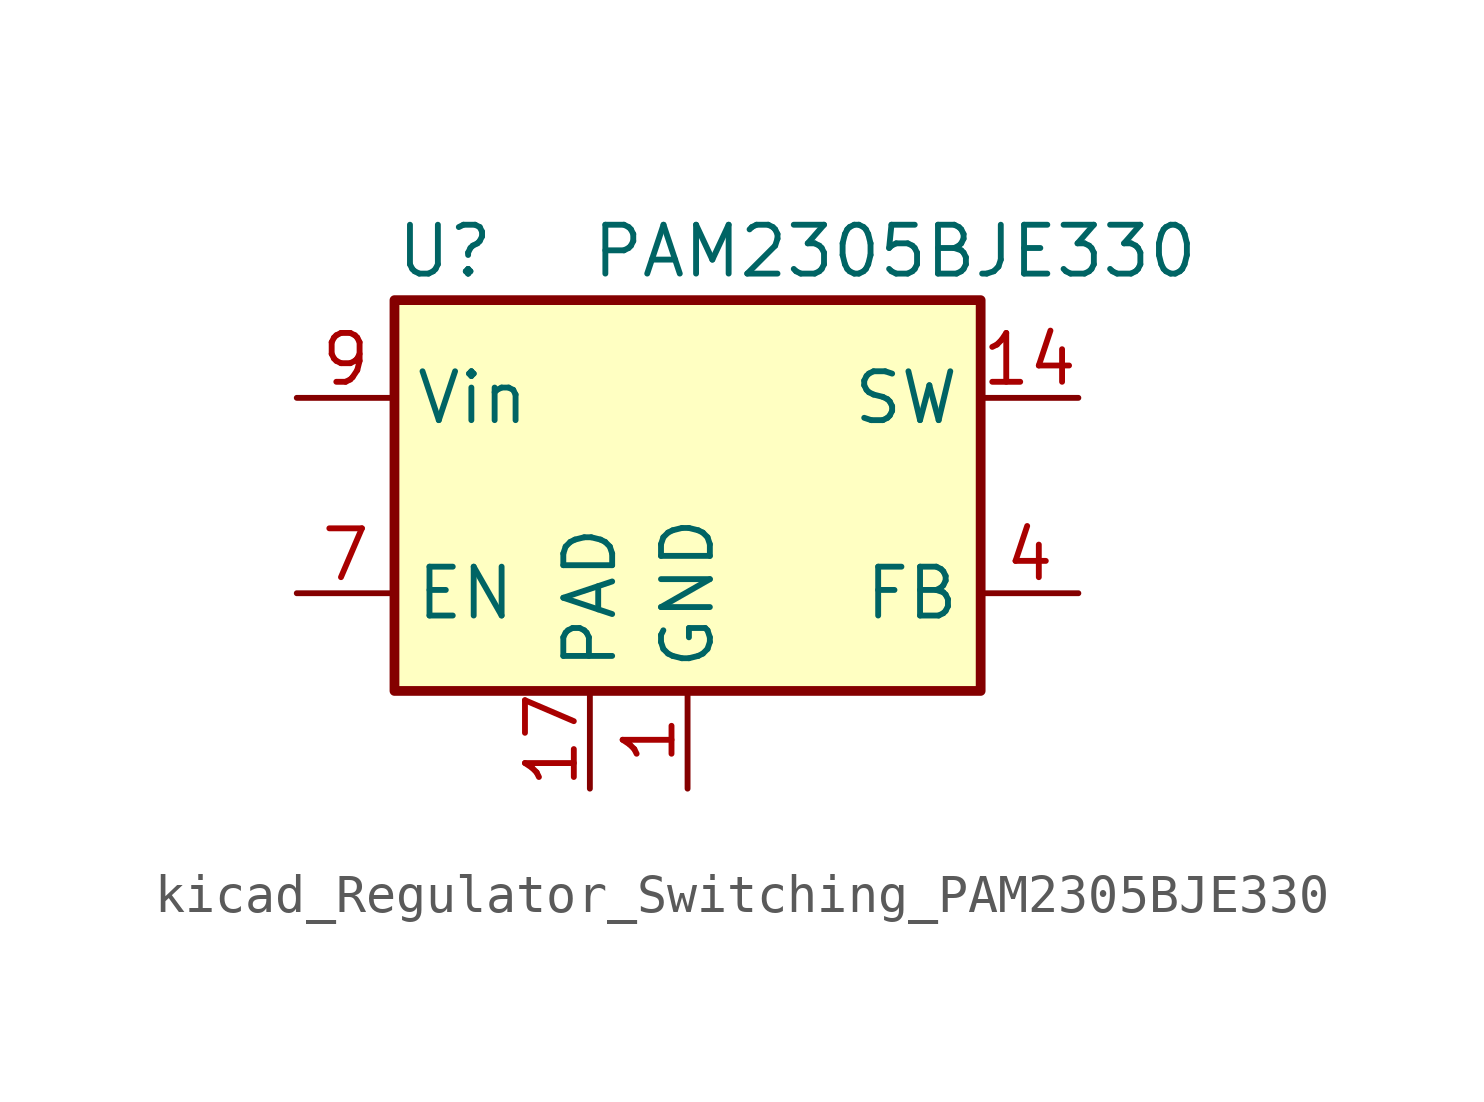
<source format=kicad_sym>
(kicad_symbol_lib
  (version 20220914)
  (generator kicad_symbol_editor)
  (symbol "kicad_Regulator_Switching_PAM2305BJE330"
    (property "Reference" "U"
      (at -7.62 6.35 0)
      (effects (font (size 1.27 1.27)) (justify left)))
    (property "Value" "PAM2305BJE330"
      (at -2.54 6.35 0)
      (effects (font (size 1.27 1.27)) (justify left)))
    (symbol "kicad_Regulator_Switching_PAM2305BJE330_0_1"
      (rectangle (start -7.62 5.08) (end 7.62 -5.08) (stroke (width 0.254) (type default)) (fill (type background))))
    (symbol "kicad_Regulator_Switching_PAM2305BJE330_1_1"
      (pin power_in line (at 0 -7.62 90) (length 2.54) (name "GND" (effects (font (size 1.27 1.27)))) (number "1" (effects (font (size 1.27 1.27)))))
      (pin passive line (at -10.16 2.54 0) (length 2.54) hide (name "Vin" (effects (font (size 1.27 1.27)))) (number "10" (effects (font (size 1.27 1.27)))))
      (pin passive line (at -10.16 2.54 0) (length 2.54) hide (name "Vin" (effects (font (size 1.27 1.27)))) (number "11" (effects (font (size 1.27 1.27)))))
      (pin passive line (at -10.16 2.54 0) (length 2.54) hide (name "Vin" (effects (font (size 1.27 1.27)))) (number "12" (effects (font (size 1.27 1.27)))))
      (pin passive line (at 10.16 2.54 180) (length 2.54) hide (name "SW" (effects (font (size 1.27 1.27)))) (number "13" (effects (font (size 1.27 1.27)))))
      (pin output line (at 10.16 2.54 180) (length 2.54) (name "SW" (effects (font (size 1.27 1.27)))) (number "14" (effects (font (size 1.27 1.27)))))
      (pin passive line (at 10.16 2.54 180) (length 2.54) hide (name "SW" (effects (font (size 1.27 1.27)))) (number "15" (effects (font (size 1.27 1.27)))))
      (pin no_connect line (at 2.54 -5.08 90) (length 2.54) hide (name "NC" (effects (font (size 1.27 1.27)))) (number "16" (effects (font (size 1.27 1.27)))))
      (pin passive line (at -2.54 -7.62 90) (length 2.54) (name "PAD" (effects (font (size 1.27 1.27)))) (number "17" (effects (font (size 1.27 1.27)))))
      (pin passive line (at 0 -7.62 90) (length 2.54) hide (name "GND" (effects (font (size 1.27 1.27)))) (number "2" (effects (font (size 1.27 1.27)))))
      (pin passive line (at 0 -7.62 90) (length 2.54) hide (name "GND" (effects (font (size 1.27 1.27)))) (number "3" (effects (font (size 1.27 1.27)))))
      (pin input line (at 10.16 -2.54 180) (length 2.54) (name "FB" (effects (font (size 1.27 1.27)))) (number "4" (effects (font (size 1.27 1.27)))))
      (pin passive line (at 0 -7.62 90) (length 2.54) hide (name "GND" (effects (font (size 1.27 1.27)))) (number "5" (effects (font (size 1.27 1.27)))))
      (pin no_connect line (at -7.62 0 0) (length 2.54) hide (name "NC" (effects (font (size 1.27 1.27)))) (number "6" (effects (font (size 1.27 1.27)))))
      (pin input line (at -10.16 -2.54 0) (length 2.54) (name "EN" (effects (font (size 1.27 1.27)))) (number "7" (effects (font (size 1.27 1.27)))))
      (pin no_connect line (at 7.62 0 180) (length 2.54) hide (name "NC" (effects (font (size 1.27 1.27)))) (number "8" (effects (font (size 1.27 1.27)))))
      (pin power_in line (at -10.16 2.54 0) (length 2.54) (name "Vin" (effects (font (size 1.27 1.27)))) (number "9" (effects (font (size 1.27 1.27))))))))
</source>
